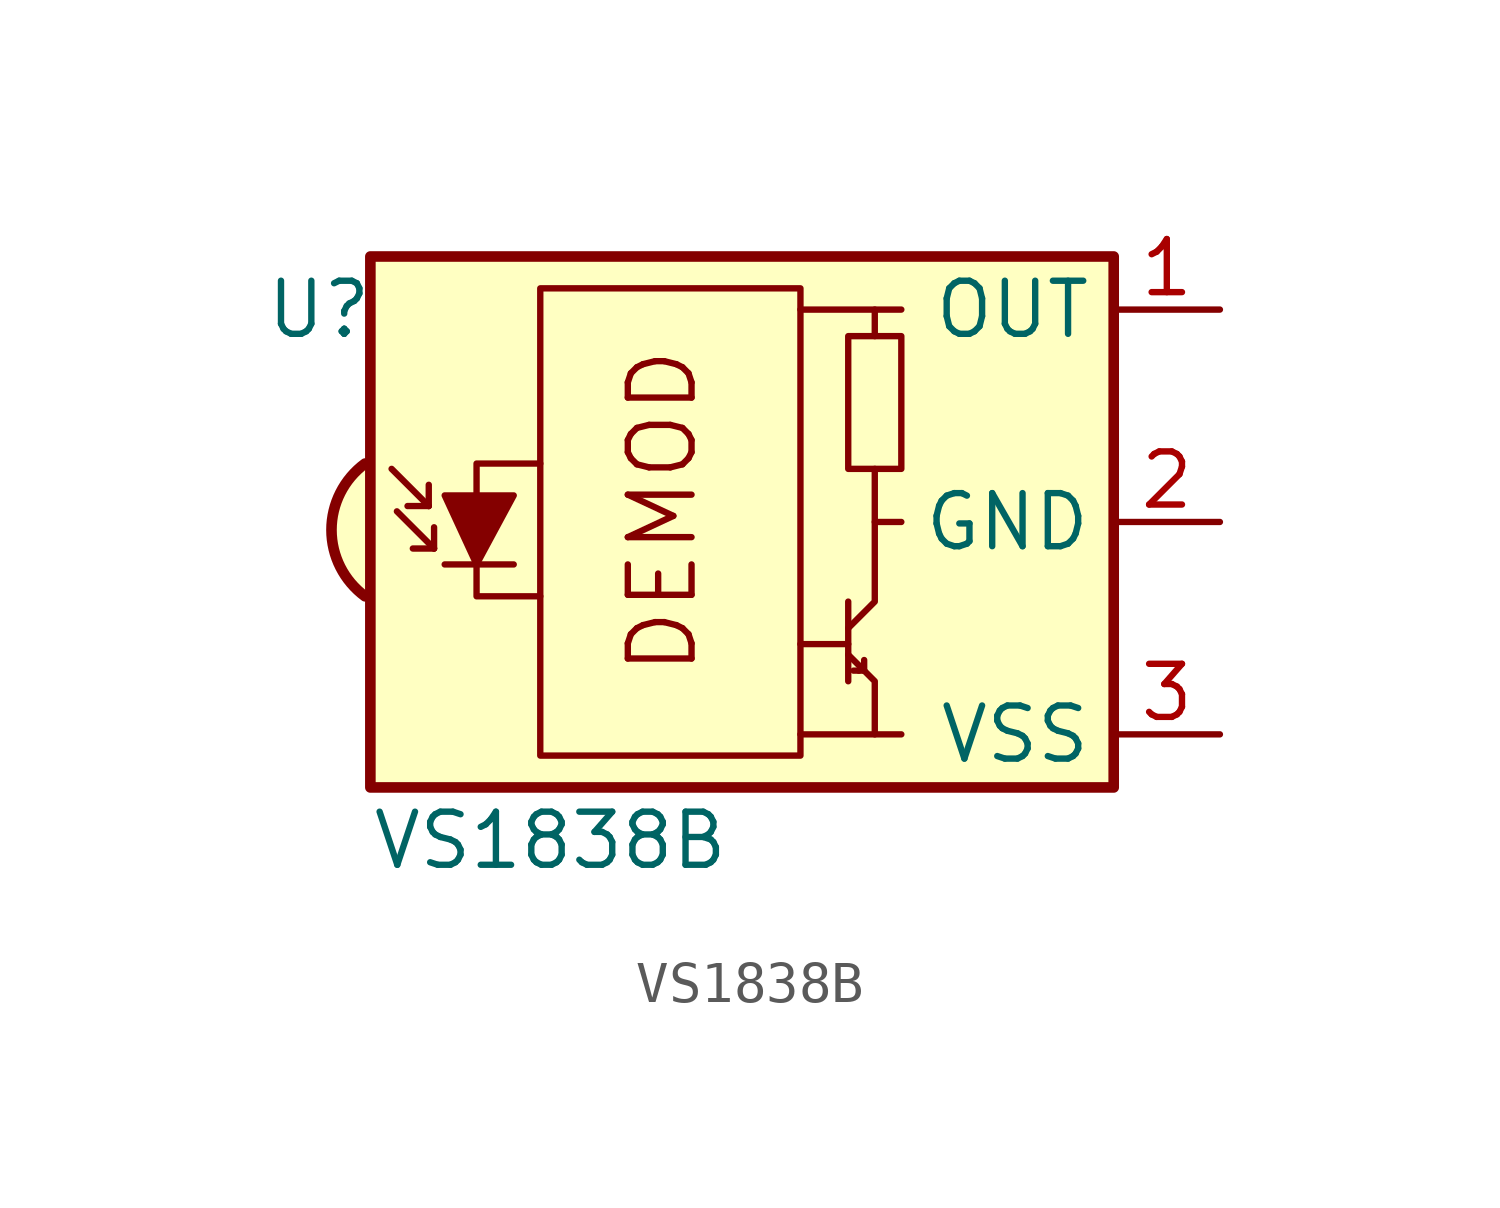
<source format=kicad_sym>
(kicad_symbol_lib
  (version 20211014)
  (generator kicad_symbol_editor)
  (symbol "VS1838B"
    (property "Reference" "U"
      (at -12.7 5.08 0)
      (effects (font (size 1.27 1.27)) (justify left)))
    (property "Value" "VS1838B"
      (at -10.16 -7.62 0)
      (effects (font (size 1.27 1.27)) (justify left)))
    (symbol "VS1838B_0_0"
      (arc (start -10.287 1.397) (mid -11.0899 -0.1905) (end -10.287 -1.778) (stroke (width 0.254) (type default) (color 0 0 0 0)) (fill (type background)))
      (polyline (pts (xy 1.905 -5.08) (xy 0.127 -5.08)) (stroke (width 0) (type default) (color 0 0 0 0)) (fill (type none)))
      (polyline (pts (xy 1.905 5.08) (xy 0.127 5.08)) (stroke (width 0) (type default) (color 0 0 0 0)) (fill (type none)))
      (text "DEMOD" (at -3.175 0.254 900) (effects (font (size 1.524 1.524)))))
    (symbol "VS1838B_0_1"
      (rectangle (start -6.096 5.588) (end 0.127 -5.588) (stroke (width 0) (type default) (color 0 0 0 0)) (fill (type none)))
      (polyline (pts (xy -8.763 0.381) (xy -9.652 1.27)) (stroke (width 0) (type default) (color 0 0 0 0)) (fill (type none)))
      (polyline (pts (xy -8.763 0.381) (xy -9.271 0.381)) (stroke (width 0) (type default) (color 0 0 0 0)) (fill (type none)))
      (polyline (pts (xy -8.763 0.381) (xy -8.763 0.889)) (stroke (width 0) (type default) (color 0 0 0 0)) (fill (type none)))
      (polyline (pts (xy -8.636 -0.635) (xy -9.525 0.254)) (stroke (width 0) (type default) (color 0 0 0 0)) (fill (type none)))
      (polyline (pts (xy -8.636 -0.635) (xy -9.144 -0.635)) (stroke (width 0) (type default) (color 0 0 0 0)) (fill (type none)))
      (polyline (pts (xy -8.636 -0.635) (xy -8.636 -0.127)) (stroke (width 0) (type default) (color 0 0 0 0)) (fill (type none)))
      (polyline (pts (xy -8.382 -1.016) (xy -6.731 -1.016)) (stroke (width 0) (type default) (color 0 0 0 0)) (fill (type none)))
      (polyline (pts (xy 1.27 -2.921) (xy 0.127 -2.921)) (stroke (width 0) (type default) (color 0 0 0 0)) (fill (type none)))
      (polyline (pts (xy 1.27 -1.905) (xy 1.27 -3.81)) (stroke (width 0) (type default) (color 0 0 0 0)) (fill (type none)))
      (polyline (pts (xy 1.397 -3.556) (xy 1.524 -3.556)) (stroke (width 0) (type default) (color 0 0 0 0)) (fill (type none)))
      (polyline (pts (xy 1.651 -3.556) (xy 1.524 -3.556)) (stroke (width 0) (type default) (color 0 0 0 0)) (fill (type none)))
      (polyline (pts (xy 1.651 -3.556) (xy 1.651 -3.302)) (stroke (width 0) (type default) (color 0 0 0 0)) (fill (type none)))
      (polyline (pts (xy 1.905 0) (xy 1.905 1.27)) (stroke (width 0) (type default) (color 0 0 0 0)) (fill (type none)))
      (polyline (pts (xy 1.905 4.445) (xy 1.905 5.08) (xy 2.54 5.08)) (stroke (width 0) (type default) (color 0 0 0 0)) (fill (type none)))
      (polyline (pts (xy -8.382 0.635) (xy -6.731 0.635) (xy -7.62 -1.016) (xy -8.382 0.635)) (stroke (width 0) (type default) (color 0 0 0 0)) (fill (type outline)))
      (polyline (pts (xy -6.096 1.397) (xy -7.62 1.397) (xy -7.62 -1.778) (xy -6.096 -1.778)) (stroke (width 0) (type default) (color 0 0 0 0)) (fill (type none)))
      (polyline (pts (xy 1.27 -3.175) (xy 1.905 -3.81) (xy 1.905 -5.08) (xy 2.54 -5.08)) (stroke (width 0) (type default) (color 0 0 0 0)) (fill (type none)))
      (polyline (pts (xy 1.27 -2.54) (xy 1.905 -1.905) (xy 1.905 0) (xy 2.54 0)) (stroke (width 0) (type default) (color 0 0 0 0)) (fill (type none)))
      (rectangle (start 2.54 1.27) (end 1.27 4.445) (stroke (width 0) (type default) (color 0 0 0 0)) (fill (type none)))
      (rectangle (start 7.62 6.35) (end -10.16 -6.35) (stroke (width 0.254) (type default) (color 0 0 0 0)) (fill (type background))))
    (symbol "VS1838B_1_1"
      (pin output line (at 10.16 5.08 180) (length 2.54) (name "OUT" (effects (font (size 1.27 1.27)))) (number "1" (effects (font (size 1.27 1.27)))))
      (pin power_in line (at 10.16 0 180) (length 2.54) (name "GND" (effects (font (size 1.27 1.27)))) (number "2" (effects (font (size 1.27 1.27)))))
      (pin power_in line (at 10.16 -5.08 180) (length 2.54) (name "VSS" (effects (font (size 1.27 1.27)))) (number "3" (effects (font (size 1.27 1.27))))))))
</source>
